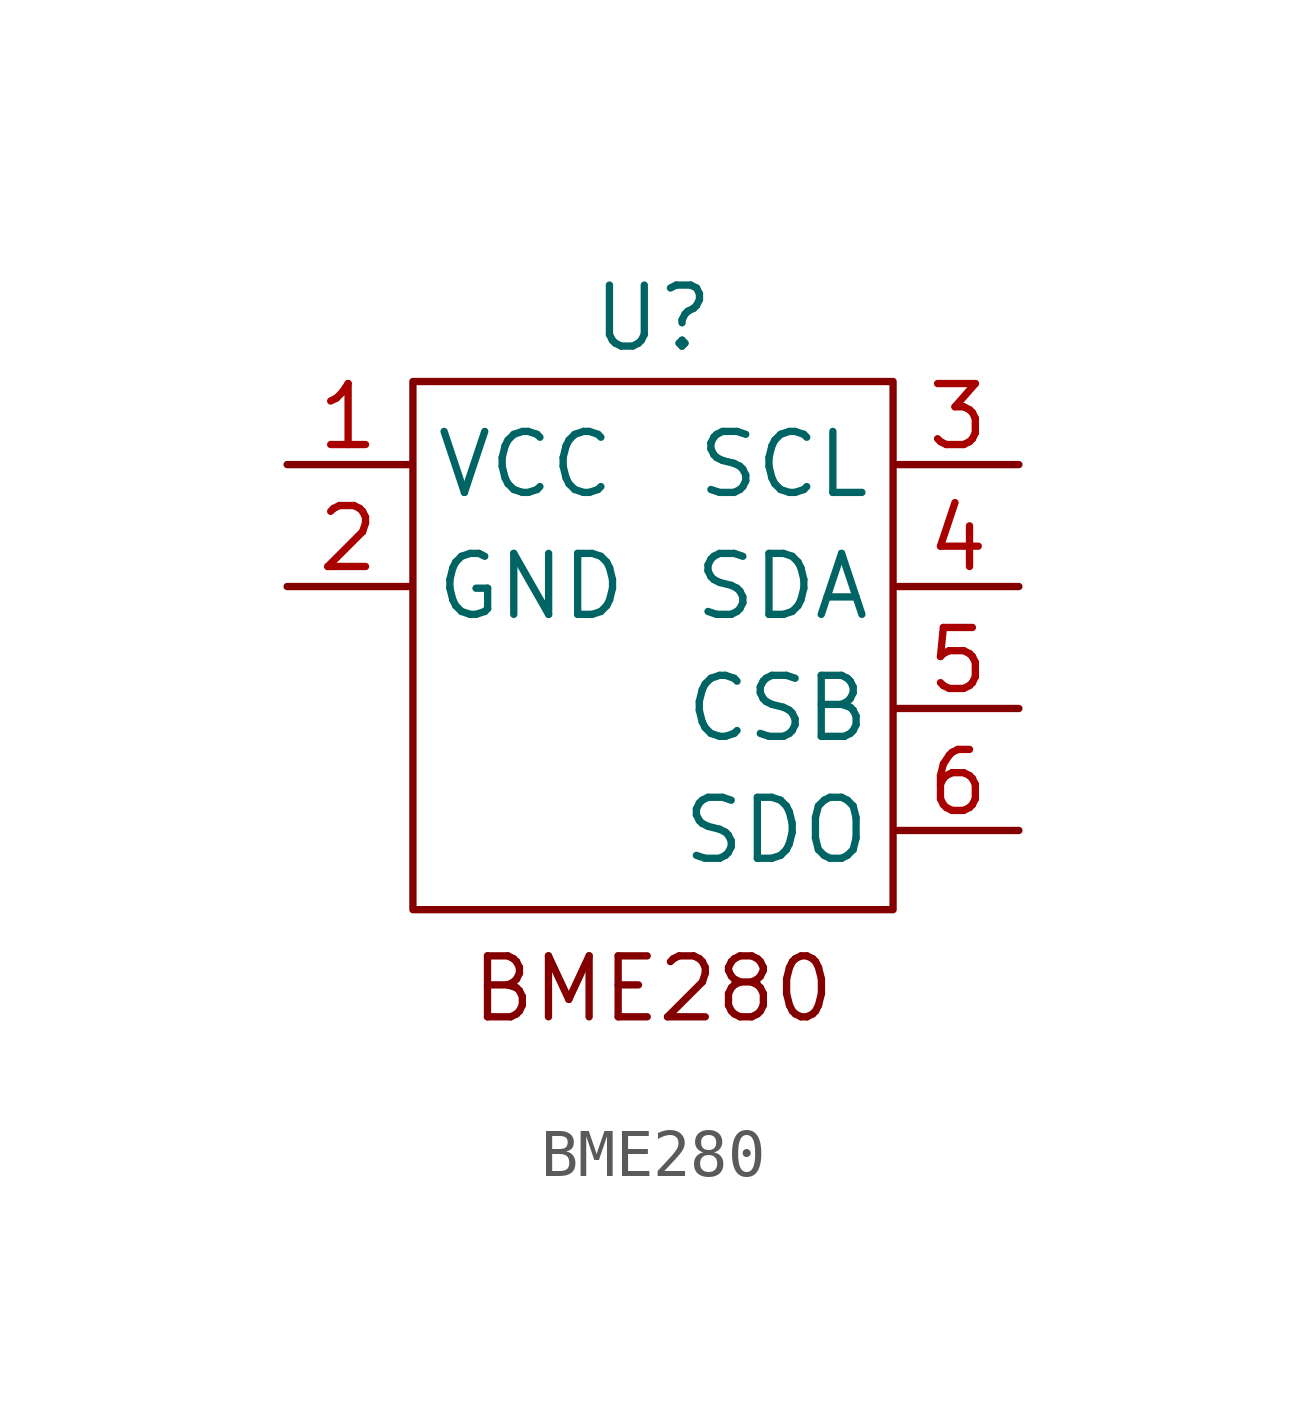
<source format=kicad_sym>
(kicad_symbol_lib
  (version 20231120)
  (generator "kicad_symbol_editor")
  (generator_version "8.0")
  (symbol "BME280"
    (property "Reference" "U"
      (at 0 4.318 0)
      (effects (font (size 1.27 1.27))))
    (property "Value" ""
      (at 0 0 0)
      (effects (font (size 1.27 1.27))))
    (symbol "BME280_0_1"
      (rectangle (start -5 3) (end 5 -8) (stroke (width 0) (type default)) (fill (type none))))
    (symbol "BME280_1_1"
      (text "BME280" (at 0 -9.652 0) (effects (font (size 1.27 1.27))))
      (pin power_in line (at -7.62 1.27 0) (length 2.54) (name "VCC" (effects (font (size 1.27 1.27)))) (number "1" (effects (font (size 1.27 1.27)))))
      (pin power_in line (at -7.62 -1.27 0) (length 2.54) (name "GND" (effects (font (size 1.27 1.27)))) (number "2" (effects (font (size 1.27 1.27)))))
      (pin input line (at 7.62 1.27 180) (length 2.54) (name "SCL" (effects (font (size 1.27 1.27)))) (number "3" (effects (font (size 1.27 1.27)))))
      (pin input line (at 7.62 -1.27 180) (length 2.54) (name "SDA" (effects (font (size 1.27 1.27)))) (number "4" (effects (font (size 1.27 1.27)))))
      (pin input line (at 7.62 -3.81 180) (length 2.54) (name "CSB" (effects (font (size 1.27 1.27)))) (number "5" (effects (font (size 1.27 1.27)))))
      (pin input line (at 7.62 -6.35 180) (length 2.54) (name "SDO" (effects (font (size 1.27 1.27)))) (number "6" (effects (font (size 1.27 1.27))))))))
</source>
